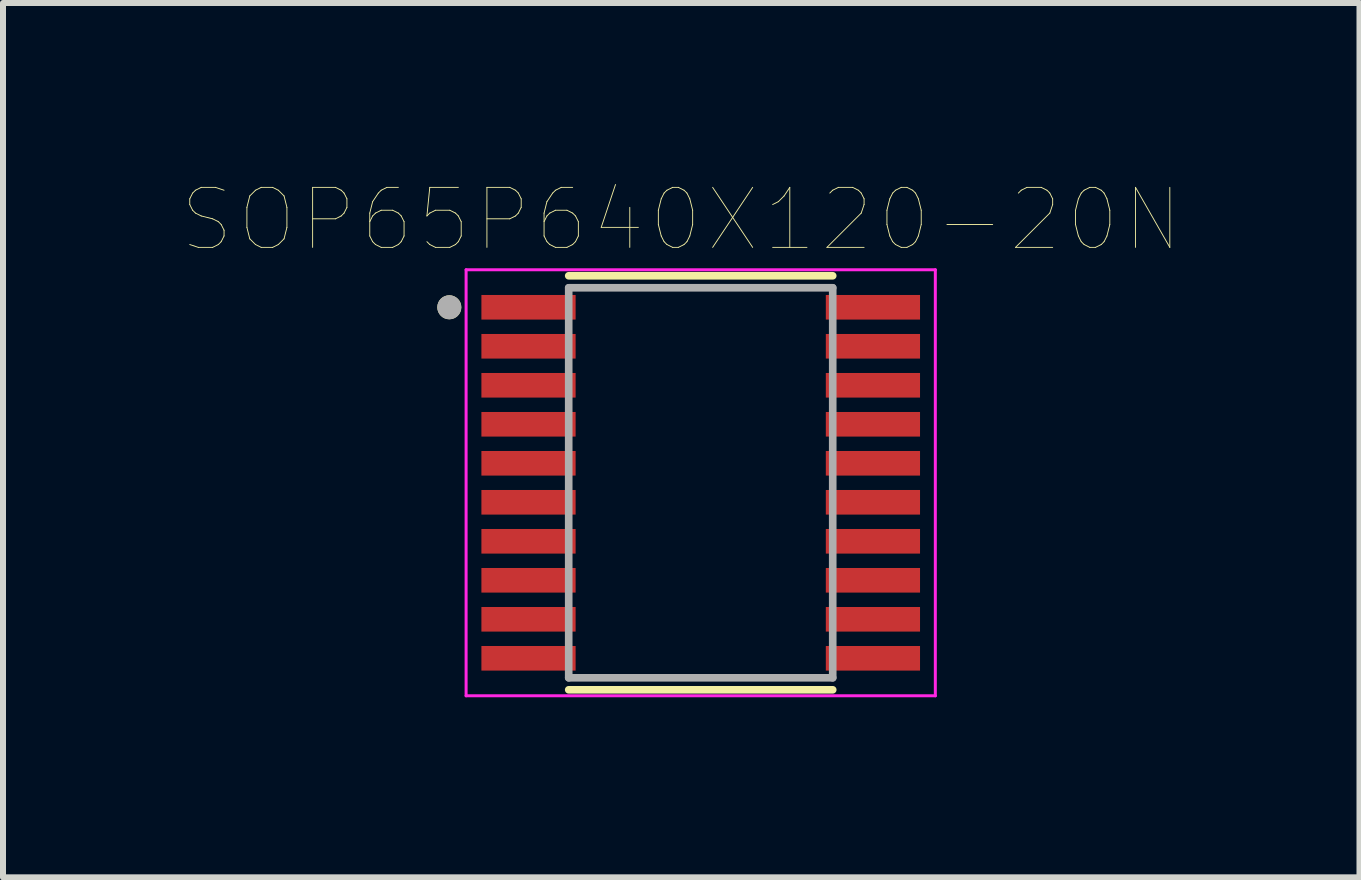
<source format=kicad_pcb>
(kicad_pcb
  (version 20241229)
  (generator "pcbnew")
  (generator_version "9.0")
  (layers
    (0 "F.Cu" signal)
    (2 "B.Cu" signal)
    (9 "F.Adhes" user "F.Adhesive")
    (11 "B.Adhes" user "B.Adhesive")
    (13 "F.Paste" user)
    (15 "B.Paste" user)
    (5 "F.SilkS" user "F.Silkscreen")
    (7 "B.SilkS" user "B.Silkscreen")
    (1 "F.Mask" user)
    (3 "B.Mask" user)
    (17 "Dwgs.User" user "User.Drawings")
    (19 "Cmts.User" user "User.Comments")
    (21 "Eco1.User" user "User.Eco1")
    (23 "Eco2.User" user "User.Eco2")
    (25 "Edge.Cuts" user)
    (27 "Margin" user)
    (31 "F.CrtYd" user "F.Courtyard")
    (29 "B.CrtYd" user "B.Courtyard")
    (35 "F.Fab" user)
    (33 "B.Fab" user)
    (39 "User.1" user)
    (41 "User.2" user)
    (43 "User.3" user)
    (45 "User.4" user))
  (footprint "SOP65P640X120-20N"
    (layer "F.Cu")
    (at 8.628 4.996)
    (property "Reference" "SOP65P640X120-20N" (at -0.325 -4.385 0) (layer "F.SilkS") (effects (font (size 1 1) (thickness 0.015))))
    (attr through_hole)
    (fp_line (start -2.2 -3.45) (end 2.2 -3.45) (stroke (width 0.127) (type solid)) (layer "F.SilkS"))
    (fp_line (start -2.2 3.45) (end 2.2 3.45) (stroke (width 0.127) (type solid)) (layer "F.SilkS"))
    (fp_circle (center -4.19 -2.925) (end -4.09 -2.925) (stroke (width 0.2) (type solid)) (fill no) (layer "F.SilkS"))
    (fp_line (start -3.91 -3.55) (end -3.91 3.55) (stroke (width 0.05) (type solid)) (layer "F.CrtYd"))
    (fp_line (start -3.91 -3.55) (end 3.91 -3.55) (stroke (width 0.05) (type solid)) (layer "F.CrtYd"))
    (fp_line (start -3.91 3.55) (end 3.91 3.55) (stroke (width 0.05) (type solid)) (layer "F.CrtYd"))
    (fp_line (start 3.91 -3.55) (end 3.91 3.55) (stroke (width 0.05) (type solid)) (layer "F.CrtYd"))
    (fp_line (start -2.2 -3.25) (end -2.2 3.25) (stroke (width 0.127) (type solid)) (layer "F.Fab"))
    (fp_line (start -2.2 -3.25) (end 2.2 -3.25) (stroke (width 0.127) (type solid)) (layer "F.Fab"))
    (fp_line (start -2.2 3.25) (end 2.2 3.25) (stroke (width 0.127) (type solid)) (layer "F.Fab"))
    (fp_line (start 2.2 -3.25) (end 2.2 3.25) (stroke (width 0.127) (type solid)) (layer "F.Fab"))
    (fp_circle (center -4.19 -2.925) (end -4.09 -2.925) (stroke (width 0.2) (type solid)) (fill no) (layer "F.Fab"))
    (pad "1" smd rect (at -2.87 -2.925) (size 1.57 0.41) (layers "F.Cu" "F.Mask" "F.Paste"))
    (pad "2" smd rect (at -2.87 -2.275) (size 1.57 0.41) (layers "F.Cu" "F.Mask" "F.Paste"))
    (pad "3" smd rect (at -2.87 -1.625) (size 1.57 0.41) (layers "F.Cu" "F.Mask" "F.Paste"))
    (pad "4" smd rect (at -2.87 -0.975) (size 1.57 0.41) (layers "F.Cu" "F.Mask" "F.Paste"))
    (pad "5" smd rect (at -2.87 -0.325) (size 1.57 0.41) (layers "F.Cu" "F.Mask" "F.Paste"))
    (pad "6" smd rect (at -2.87 0.325) (size 1.57 0.41) (layers "F.Cu" "F.Mask" "F.Paste"))
    (pad "7" smd rect (at -2.87 0.975) (size 1.57 0.41) (layers "F.Cu" "F.Mask" "F.Paste"))
    (pad "8" smd rect (at -2.87 1.625) (size 1.57 0.41) (layers "F.Cu" "F.Mask" "F.Paste"))
    (pad "9" smd rect (at -2.87 2.275) (size 1.57 0.41) (layers "F.Cu" "F.Mask" "F.Paste"))
    (pad "10" smd rect (at -2.87 2.925) (size 1.57 0.41) (layers "F.Cu" "F.Mask" "F.Paste"))
    (pad "11" smd rect (at 2.87 2.925) (size 1.57 0.41) (layers "F.Cu" "F.Mask" "F.Paste"))
    (pad "12" smd rect (at 2.87 2.275) (size 1.57 0.41) (layers "F.Cu" "F.Mask" "F.Paste"))
    (pad "13" smd rect (at 2.87 1.625) (size 1.57 0.41) (layers "F.Cu" "F.Mask" "F.Paste"))
    (pad "14" smd rect (at 2.87 0.975) (size 1.57 0.41) (layers "F.Cu" "F.Mask" "F.Paste"))
    (pad "15" smd rect (at 2.87 0.325) (size 1.57 0.41) (layers "F.Cu" "F.Mask" "F.Paste"))
    (pad "16" smd rect (at 2.87 -0.325) (size 1.57 0.41) (layers "F.Cu" "F.Mask" "F.Paste"))
    (pad "17" smd rect (at 2.87 -0.975) (size 1.57 0.41) (layers "F.Cu" "F.Mask" "F.Paste"))
    (pad "18" smd rect (at 2.87 -1.625) (size 1.57 0.41) (layers "F.Cu" "F.Mask" "F.Paste"))
    (pad "19" smd rect (at 2.87 -2.275) (size 1.57 0.41) (layers "F.Cu" "F.Mask" "F.Paste"))
    (pad "20" smd rect (at 2.87 -2.925) (size 1.57 0.41) (layers "F.Cu" "F.Mask" "F.Paste")))
  (gr_rect
    (start -3 -3)
    (end 19.607 11.571)
    (stroke (width 0.1) (type default))
    (fill no)
    (layer "Edge.Cuts")))
</source>
